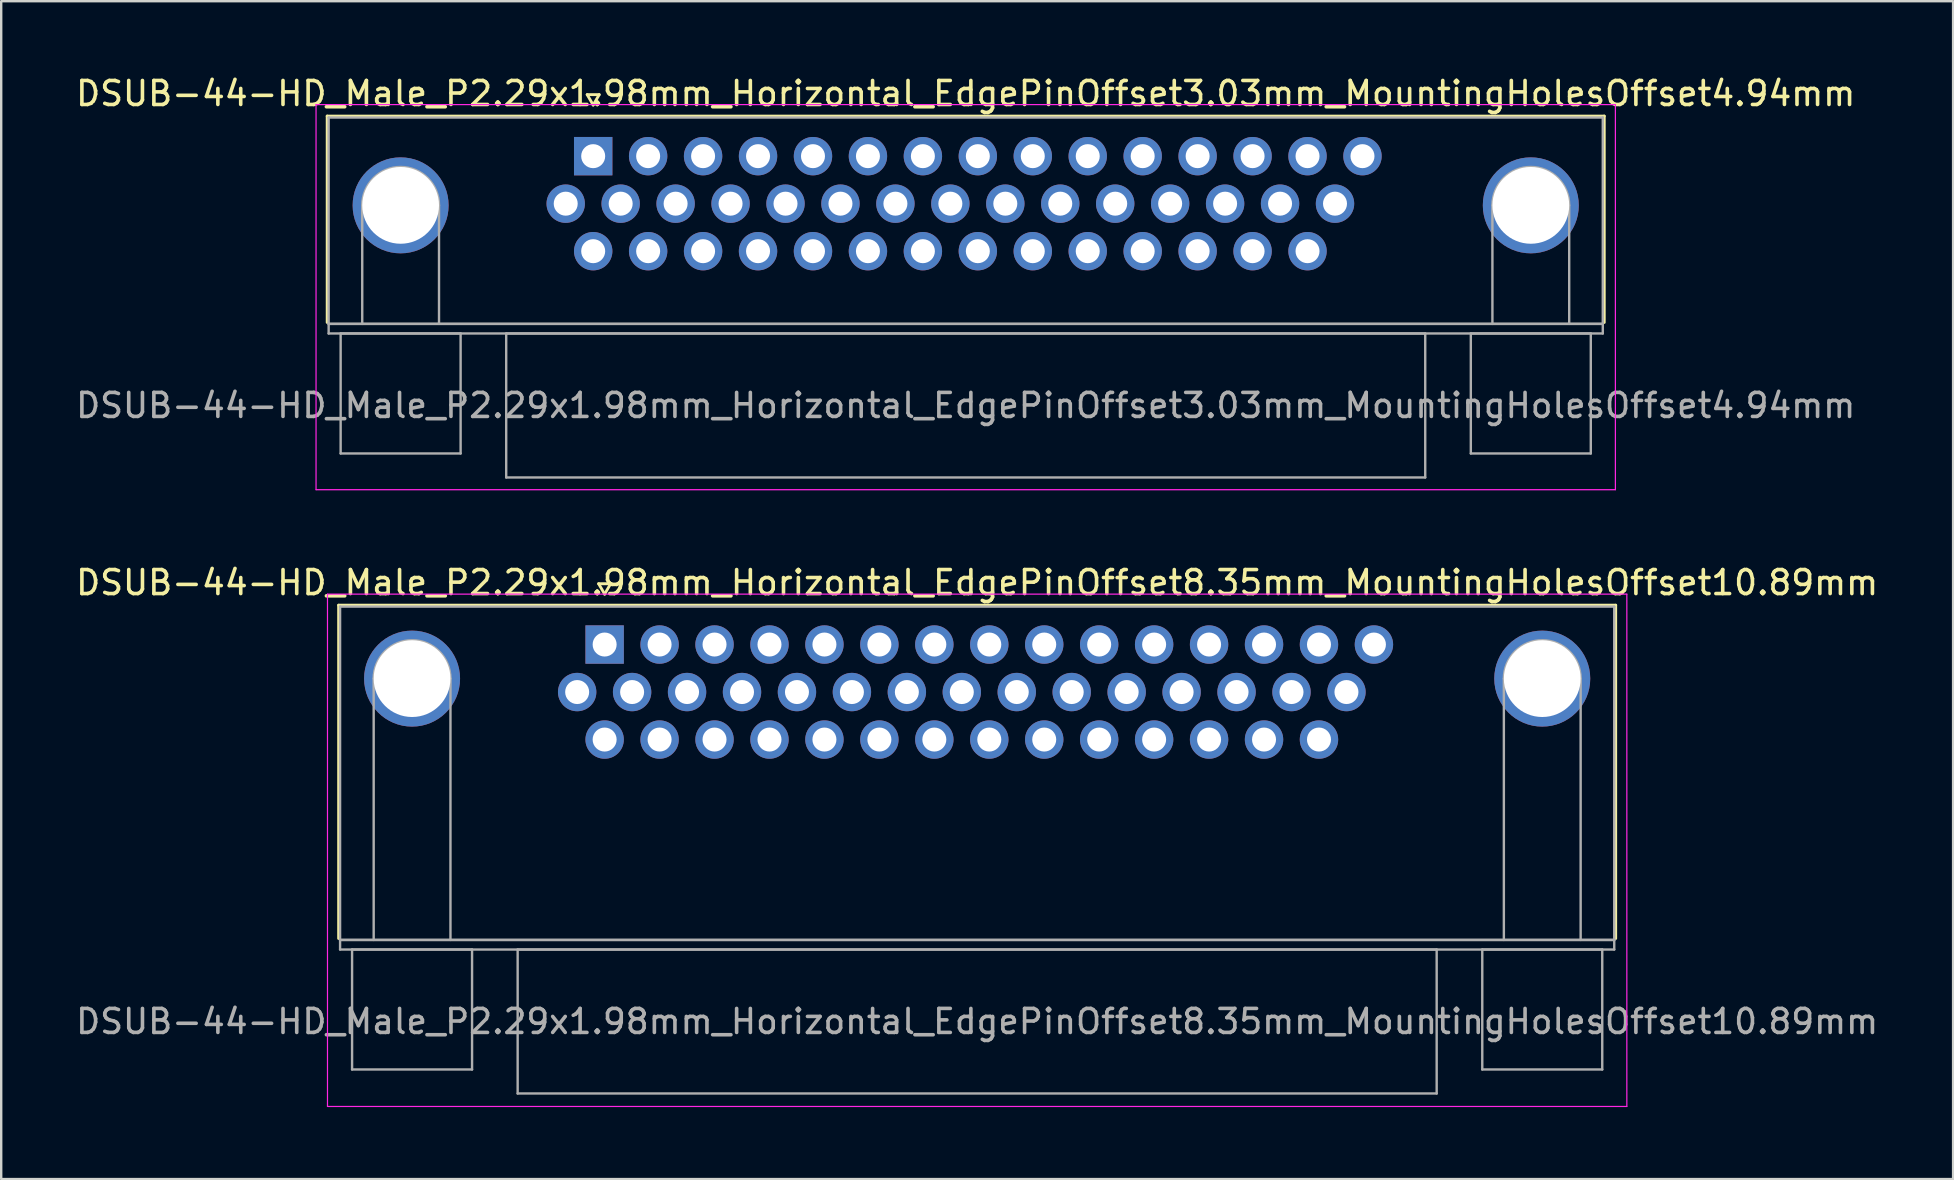
<source format=kicad_pcb>
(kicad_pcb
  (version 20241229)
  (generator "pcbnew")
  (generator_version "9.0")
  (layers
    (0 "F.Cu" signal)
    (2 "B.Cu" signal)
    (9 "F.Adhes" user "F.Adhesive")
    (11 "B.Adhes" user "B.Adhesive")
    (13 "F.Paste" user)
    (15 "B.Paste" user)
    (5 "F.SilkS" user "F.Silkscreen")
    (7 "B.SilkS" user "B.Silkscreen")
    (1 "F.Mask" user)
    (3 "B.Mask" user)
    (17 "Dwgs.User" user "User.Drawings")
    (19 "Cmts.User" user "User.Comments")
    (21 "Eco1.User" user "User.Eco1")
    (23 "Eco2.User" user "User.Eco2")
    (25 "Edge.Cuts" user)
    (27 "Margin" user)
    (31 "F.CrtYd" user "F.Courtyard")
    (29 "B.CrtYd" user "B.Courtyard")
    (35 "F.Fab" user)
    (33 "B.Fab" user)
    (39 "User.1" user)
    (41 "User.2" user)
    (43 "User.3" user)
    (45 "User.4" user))
  (footprint "DSUB-44-HD_Male_P2.29x1.98mm_Horizontal_EdgePinOffset3.03mm_MountingHolesOffset4.94mm"
    (layer "F.Cu")
    (at 21.671 3.458)
    (property "Reference" "DSUB-44-HD_Male_P2.29x1.98mm_Horizontal_EdgePinOffset3.03mm_MountingHolesOffset4.94mm" (at 15.525 -2.61 0) (layer "F.SilkS") (effects (font (size 1 1) (thickness 0.15))))
    (attr through_hole)
    (fp_line (start -11.085 -1.67) (end 42.135 -1.67) (stroke (width 0.12) (type solid)) (layer "F.SilkS"))
    (fp_line (start -11.085 6.93) (end -11.085 -1.67) (stroke (width 0.12) (type solid)) (layer "F.SilkS"))
    (fp_line (start -0.25 -2.564) (end 0.25 -2.564) (stroke (width 0.12) (type solid)) (layer "F.SilkS"))
    (fp_line (start 0 -2.131) (end -0.25 -2.564) (stroke (width 0.12) (type solid)) (layer "F.SilkS"))
    (fp_line (start 0.25 -2.564) (end 0 -2.131) (stroke (width 0.12) (type solid)) (layer "F.SilkS"))
    (fp_line (start 42.135 -1.67) (end 42.135 6.93) (stroke (width 0.12) (type solid)) (layer "F.SilkS"))
    (fp_line (start -11.55 -2.15) (end -11.55 13.9) (stroke (width 0.05) (type solid)) (layer "F.CrtYd"))
    (fp_line (start -11.55 13.9) (end 42.6 13.9) (stroke (width 0.05) (type solid)) (layer "F.CrtYd"))
    (fp_line (start 42.6 -2.15) (end -11.55 -2.15) (stroke (width 0.05) (type solid)) (layer "F.CrtYd"))
    (fp_line (start 42.6 13.9) (end 42.6 -2.15) (stroke (width 0.05) (type solid)) (layer "F.CrtYd"))
    (fp_line (start -11.025 -1.61) (end -11.025 6.99) (stroke (width 0.1) (type solid)) (layer "F.Fab"))
    (fp_line (start -11.025 6.99) (end -11.025 7.39) (stroke (width 0.1) (type solid)) (layer "F.Fab"))
    (fp_line (start -11.025 6.99) (end 42.075 6.99) (stroke (width 0.1) (type solid)) (layer "F.Fab"))
    (fp_line (start -11.025 7.39) (end 42.075 7.39) (stroke (width 0.1) (type solid)) (layer "F.Fab"))
    (fp_line (start -10.525 7.39) (end -10.525 12.39) (stroke (width 0.1) (type solid)) (layer "F.Fab"))
    (fp_line (start -10.525 12.39) (end -5.525 12.39) (stroke (width 0.1) (type solid)) (layer "F.Fab"))
    (fp_line (start -9.625 6.99) (end -9.625 2.05) (stroke (width 0.1) (type solid)) (layer "F.Fab"))
    (fp_line (start -6.425 6.99) (end -6.425 2.05) (stroke (width 0.1) (type solid)) (layer "F.Fab"))
    (fp_line (start -5.525 7.39) (end -10.525 7.39) (stroke (width 0.1) (type solid)) (layer "F.Fab"))
    (fp_line (start -5.525 12.39) (end -5.525 7.39) (stroke (width 0.1) (type solid)) (layer "F.Fab"))
    (fp_line (start -3.625 7.39) (end -3.625 13.39) (stroke (width 0.1) (type solid)) (layer "F.Fab"))
    (fp_line (start -3.625 13.39) (end 34.675 13.39) (stroke (width 0.1) (type solid)) (layer "F.Fab"))
    (fp_line (start 34.675 7.39) (end -3.625 7.39) (stroke (width 0.1) (type solid)) (layer "F.Fab"))
    (fp_line (start 34.675 13.39) (end 34.675 7.39) (stroke (width 0.1) (type solid)) (layer "F.Fab"))
    (fp_line (start 36.575 7.39) (end 36.575 12.39) (stroke (width 0.1) (type solid)) (layer "F.Fab"))
    (fp_line (start 36.575 12.39) (end 41.575 12.39) (stroke (width 0.1) (type solid)) (layer "F.Fab"))
    (fp_line (start 37.475 6.99) (end 37.475 2.05) (stroke (width 0.1) (type solid)) (layer "F.Fab"))
    (fp_line (start 40.675 6.99) (end 40.675 2.05) (stroke (width 0.1) (type solid)) (layer "F.Fab"))
    (fp_line (start 41.575 7.39) (end 36.575 7.39) (stroke (width 0.1) (type solid)) (layer "F.Fab"))
    (fp_line (start 41.575 12.39) (end 41.575 7.39) (stroke (width 0.1) (type solid)) (layer "F.Fab"))
    (fp_line (start 42.075 -1.61) (end -11.025 -1.61) (stroke (width 0.1) (type solid)) (layer "F.Fab"))
    (fp_line (start 42.075 6.99) (end -11.025 6.99) (stroke (width 0.1) (type solid)) (layer "F.Fab"))
    (fp_line (start 42.075 6.99) (end 42.075 -1.61) (stroke (width 0.1) (type solid)) (layer "F.Fab"))
    (fp_line (start 42.075 7.39) (end 42.075 6.99) (stroke (width 0.1) (type solid)) (layer "F.Fab"))
    (fp_arc (start -9.625 2.05) (mid -8.025 0.45) (end -6.425 2.05) (stroke (width 0.1) (type solid)) (layer "F.Fab"))
    (fp_arc (start 37.475 2.05) (mid 39.075 0.45) (end 40.675 2.05) (stroke (width 0.1) (type solid)) (layer "F.Fab"))
    (fp_text user "${REFERENCE}" (at 15.525 10.39 0) (layer "F.Fab") (effects (font (size 1 1) (thickness 0.15))))
    (pad "0" thru_hole circle (at -8.025 2.05) (size 4 4) (drill 3.2) (layers "*.Cu" "*.Mask"))
    (pad "0" thru_hole circle (at 39.075 2.05) (size 4 4) (drill 3.2) (layers "*.Cu" "*.Mask"))
    (pad "1" thru_hole rect (at 0 0) (size 1.6 1.6) (drill 1) (layers "*.Cu" "*.Mask"))
    (pad "2" thru_hole circle (at 2.29 0) (size 1.6 1.6) (drill 1) (layers "*.Cu" "*.Mask"))
    (pad "3" thru_hole circle (at 4.58 0) (size 1.6 1.6) (drill 1) (layers "*.Cu" "*.Mask"))
    (pad "4" thru_hole circle (at 6.87 0) (size 1.6 1.6) (drill 1) (layers "*.Cu" "*.Mask"))
    (pad "5" thru_hole circle (at 9.16 0) (size 1.6 1.6) (drill 1) (layers "*.Cu" "*.Mask"))
    (pad "6" thru_hole circle (at 11.45 0) (size 1.6 1.6) (drill 1) (layers "*.Cu" "*.Mask"))
    (pad "7" thru_hole circle (at 13.74 0) (size 1.6 1.6) (drill 1) (layers "*.Cu" "*.Mask"))
    (pad "8" thru_hole circle (at 16.03 0) (size 1.6 1.6) (drill 1) (layers "*.Cu" "*.Mask"))
    (pad "9" thru_hole circle (at 18.32 0) (size 1.6 1.6) (drill 1) (layers "*.Cu" "*.Mask"))
    (pad "10" thru_hole circle (at 20.61 0) (size 1.6 1.6) (drill 1) (layers "*.Cu" "*.Mask"))
    (pad "11" thru_hole circle (at 22.9 0) (size 1.6 1.6) (drill 1) (layers "*.Cu" "*.Mask"))
    (pad "12" thru_hole circle (at 25.19 0) (size 1.6 1.6) (drill 1) (layers "*.Cu" "*.Mask"))
    (pad "13" thru_hole circle (at 27.48 0) (size 1.6 1.6) (drill 1) (layers "*.Cu" "*.Mask"))
    (pad "14" thru_hole circle (at 29.77 0) (size 1.6 1.6) (drill 1) (layers "*.Cu" "*.Mask"))
    (pad "15" thru_hole circle (at 32.06 0) (size 1.6 1.6) (drill 1) (layers "*.Cu" "*.Mask"))
    (pad "16" thru_hole circle (at -1.145 1.98) (size 1.6 1.6) (drill 1) (layers "*.Cu" "*.Mask"))
    (pad "17" thru_hole circle (at 1.145 1.98) (size 1.6 1.6) (drill 1) (layers "*.Cu" "*.Mask"))
    (pad "18" thru_hole circle (at 3.435 1.98) (size 1.6 1.6) (drill 1) (layers "*.Cu" "*.Mask"))
    (pad "19" thru_hole circle (at 5.725 1.98) (size 1.6 1.6) (drill 1) (layers "*.Cu" "*.Mask"))
    (pad "20" thru_hole circle (at 8.015 1.98) (size 1.6 1.6) (drill 1) (layers "*.Cu" "*.Mask"))
    (pad "21" thru_hole circle (at 10.305 1.98) (size 1.6 1.6) (drill 1) (layers "*.Cu" "*.Mask"))
    (pad "22" thru_hole circle (at 12.595 1.98) (size 1.6 1.6) (drill 1) (layers "*.Cu" "*.Mask"))
    (pad "23" thru_hole circle (at 14.885 1.98) (size 1.6 1.6) (drill 1) (layers "*.Cu" "*.Mask"))
    (pad "24" thru_hole circle (at 17.175 1.98) (size 1.6 1.6) (drill 1) (layers "*.Cu" "*.Mask"))
    (pad "25" thru_hole circle (at 19.465 1.98) (size 1.6 1.6) (drill 1) (layers "*.Cu" "*.Mask"))
    (pad "26" thru_hole circle (at 21.755 1.98) (size 1.6 1.6) (drill 1) (layers "*.Cu" "*.Mask"))
    (pad "27" thru_hole circle (at 24.045 1.98) (size 1.6 1.6) (drill 1) (layers "*.Cu" "*.Mask"))
    (pad "28" thru_hole circle (at 26.335 1.98) (size 1.6 1.6) (drill 1) (layers "*.Cu" "*.Mask"))
    (pad "29" thru_hole circle (at 28.625 1.98) (size 1.6 1.6) (drill 1) (layers "*.Cu" "*.Mask"))
    (pad "30" thru_hole circle (at 30.915 1.98) (size 1.6 1.6) (drill 1) (layers "*.Cu" "*.Mask"))
    (pad "31" thru_hole circle (at 0 3.96) (size 1.6 1.6) (drill 1) (layers "*.Cu" "*.Mask"))
    (pad "32" thru_hole circle (at 2.29 3.96) (size 1.6 1.6) (drill 1) (layers "*.Cu" "*.Mask"))
    (pad "33" thru_hole circle (at 4.58 3.96) (size 1.6 1.6) (drill 1) (layers "*.Cu" "*.Mask"))
    (pad "34" thru_hole circle (at 6.87 3.96) (size 1.6 1.6) (drill 1) (layers "*.Cu" "*.Mask"))
    (pad "35" thru_hole circle (at 9.16 3.96) (size 1.6 1.6) (drill 1) (layers "*.Cu" "*.Mask"))
    (pad "36" thru_hole circle (at 11.45 3.96) (size 1.6 1.6) (drill 1) (layers "*.Cu" "*.Mask"))
    (pad "37" thru_hole circle (at 13.74 3.96) (size 1.6 1.6) (drill 1) (layers "*.Cu" "*.Mask"))
    (pad "38" thru_hole circle (at 16.03 3.96) (size 1.6 1.6) (drill 1) (layers "*.Cu" "*.Mask"))
    (pad "39" thru_hole circle (at 18.32 3.96) (size 1.6 1.6) (drill 1) (layers "*.Cu" "*.Mask"))
    (pad "40" thru_hole circle (at 20.61 3.96) (size 1.6 1.6) (drill 1) (layers "*.Cu" "*.Mask"))
    (pad "41" thru_hole circle (at 22.9 3.96) (size 1.6 1.6) (drill 1) (layers "*.Cu" "*.Mask"))
    (pad "42" thru_hole circle (at 25.19 3.96) (size 1.6 1.6) (drill 1) (layers "*.Cu" "*.Mask"))
    (pad "43" thru_hole circle (at 27.48 3.96) (size 1.6 1.6) (drill 1) (layers "*.Cu" "*.Mask"))
    (pad "44" thru_hole circle (at 29.77 3.96) (size 1.6 1.6) (drill 1) (layers "*.Cu" "*.Mask")))
  (footprint "DSUB-44-HD_Male_P2.29x1.98mm_Horizontal_EdgePinOffset8.35mm_MountingHolesOffset10.89mm"
    (layer "F.Cu")
    (at 22.148 23.811)
    (property "Reference" "DSUB-44-HD_Male_P2.29x1.98mm_Horizontal_EdgePinOffset8.35mm_MountingHolesOffset10.89mm" (at 15.525 -2.58 0) (layer "F.SilkS") (effects (font (size 1 1) (thickness 0.15))))
    (attr through_hole)
    (fp_line (start -11.085 -1.64) (end 42.135 -1.64) (stroke (width 0.12) (type solid)) (layer "F.SilkS"))
    (fp_line (start -11.085 12.25) (end -11.085 -1.64) (stroke (width 0.12) (type solid)) (layer "F.SilkS"))
    (fp_line (start -0.25 -2.534) (end 0.25 -2.534) (stroke (width 0.12) (type solid)) (layer "F.SilkS"))
    (fp_line (start 0 -2.101) (end -0.25 -2.534) (stroke (width 0.12) (type solid)) (layer "F.SilkS"))
    (fp_line (start 0.25 -2.534) (end 0 -2.101) (stroke (width 0.12) (type solid)) (layer "F.SilkS"))
    (fp_line (start 42.135 -1.64) (end 42.135 12.25) (stroke (width 0.12) (type solid)) (layer "F.SilkS"))
    (fp_line (start -11.55 -2.1) (end -11.55 19.25) (stroke (width 0.05) (type solid)) (layer "F.CrtYd"))
    (fp_line (start -11.55 19.25) (end 42.6 19.25) (stroke (width 0.05) (type solid)) (layer "F.CrtYd"))
    (fp_line (start 42.6 -2.1) (end -11.55 -2.1) (stroke (width 0.05) (type solid)) (layer "F.CrtYd"))
    (fp_line (start 42.6 19.25) (end 42.6 -2.1) (stroke (width 0.05) (type solid)) (layer "F.CrtYd"))
    (fp_line (start -11.025 -1.58) (end -11.025 12.31) (stroke (width 0.1) (type solid)) (layer "F.Fab"))
    (fp_line (start -11.025 12.31) (end -11.025 12.71) (stroke (width 0.1) (type solid)) (layer "F.Fab"))
    (fp_line (start -11.025 12.31) (end 42.075 12.31) (stroke (width 0.1) (type solid)) (layer "F.Fab"))
    (fp_line (start -11.025 12.71) (end 42.075 12.71) (stroke (width 0.1) (type solid)) (layer "F.Fab"))
    (fp_line (start -10.525 12.71) (end -10.525 17.71) (stroke (width 0.1) (type solid)) (layer "F.Fab"))
    (fp_line (start -10.525 17.71) (end -5.525 17.71) (stroke (width 0.1) (type solid)) (layer "F.Fab"))
    (fp_line (start -9.625 12.31) (end -9.625 1.42) (stroke (width 0.1) (type solid)) (layer "F.Fab"))
    (fp_line (start -6.425 12.31) (end -6.425 1.42) (stroke (width 0.1) (type solid)) (layer "F.Fab"))
    (fp_line (start -5.525 12.71) (end -10.525 12.71) (stroke (width 0.1) (type solid)) (layer "F.Fab"))
    (fp_line (start -5.525 17.71) (end -5.525 12.71) (stroke (width 0.1) (type solid)) (layer "F.Fab"))
    (fp_line (start -3.625 12.71) (end -3.625 18.71) (stroke (width 0.1) (type solid)) (layer "F.Fab"))
    (fp_line (start -3.625 18.71) (end 34.675 18.71) (stroke (width 0.1) (type solid)) (layer "F.Fab"))
    (fp_line (start 34.675 12.71) (end -3.625 12.71) (stroke (width 0.1) (type solid)) (layer "F.Fab"))
    (fp_line (start 34.675 18.71) (end 34.675 12.71) (stroke (width 0.1) (type solid)) (layer "F.Fab"))
    (fp_line (start 36.575 12.71) (end 36.575 17.71) (stroke (width 0.1) (type solid)) (layer "F.Fab"))
    (fp_line (start 36.575 17.71) (end 41.575 17.71) (stroke (width 0.1) (type solid)) (layer "F.Fab"))
    (fp_line (start 37.475 12.31) (end 37.475 1.42) (stroke (width 0.1) (type solid)) (layer "F.Fab"))
    (fp_line (start 40.675 12.31) (end 40.675 1.42) (stroke (width 0.1) (type solid)) (layer "F.Fab"))
    (fp_line (start 41.575 12.71) (end 36.575 12.71) (stroke (width 0.1) (type solid)) (layer "F.Fab"))
    (fp_line (start 41.575 17.71) (end 41.575 12.71) (stroke (width 0.1) (type solid)) (layer "F.Fab"))
    (fp_line (start 42.075 -1.58) (end -11.025 -1.58) (stroke (width 0.1) (type solid)) (layer "F.Fab"))
    (fp_line (start 42.075 12.31) (end -11.025 12.31) (stroke (width 0.1) (type solid)) (layer "F.Fab"))
    (fp_line (start 42.075 12.31) (end 42.075 -1.58) (stroke (width 0.1) (type solid)) (layer "F.Fab"))
    (fp_line (start 42.075 12.71) (end 42.075 12.31) (stroke (width 0.1) (type solid)) (layer "F.Fab"))
    (fp_arc (start -9.625 1.42) (mid -8.025 -0.18) (end -6.425 1.42) (stroke (width 0.1) (type solid)) (layer "F.Fab"))
    (fp_arc (start 37.475 1.42) (mid 39.075 -0.18) (end 40.675 1.42) (stroke (width 0.1) (type solid)) (layer "F.Fab"))
    (fp_text user "${REFERENCE}" (at 15.525 15.71 0) (layer "F.Fab") (effects (font (size 1 1) (thickness 0.15))))
    (pad "0" thru_hole circle (at -8.025 1.42) (size 4 4) (drill 3.2) (layers "*.Cu" "*.Mask"))
    (pad "0" thru_hole circle (at 39.075 1.42) (size 4 4) (drill 3.2) (layers "*.Cu" "*.Mask"))
    (pad "1" thru_hole rect (at 0 0) (size 1.6 1.6) (drill 1) (layers "*.Cu" "*.Mask"))
    (pad "2" thru_hole circle (at 2.29 0) (size 1.6 1.6) (drill 1) (layers "*.Cu" "*.Mask"))
    (pad "3" thru_hole circle (at 4.58 0) (size 1.6 1.6) (drill 1) (layers "*.Cu" "*.Mask"))
    (pad "4" thru_hole circle (at 6.87 0) (size 1.6 1.6) (drill 1) (layers "*.Cu" "*.Mask"))
    (pad "5" thru_hole circle (at 9.16 0) (size 1.6 1.6) (drill 1) (layers "*.Cu" "*.Mask"))
    (pad "6" thru_hole circle (at 11.45 0) (size 1.6 1.6) (drill 1) (layers "*.Cu" "*.Mask"))
    (pad "7" thru_hole circle (at 13.74 0) (size 1.6 1.6) (drill 1) (layers "*.Cu" "*.Mask"))
    (pad "8" thru_hole circle (at 16.03 0) (size 1.6 1.6) (drill 1) (layers "*.Cu" "*.Mask"))
    (pad "9" thru_hole circle (at 18.32 0) (size 1.6 1.6) (drill 1) (layers "*.Cu" "*.Mask"))
    (pad "10" thru_hole circle (at 20.61 0) (size 1.6 1.6) (drill 1) (layers "*.Cu" "*.Mask"))
    (pad "11" thru_hole circle (at 22.9 0) (size 1.6 1.6) (drill 1) (layers "*.Cu" "*.Mask"))
    (pad "12" thru_hole circle (at 25.19 0) (size 1.6 1.6) (drill 1) (layers "*.Cu" "*.Mask"))
    (pad "13" thru_hole circle (at 27.48 0) (size 1.6 1.6) (drill 1) (layers "*.Cu" "*.Mask"))
    (pad "14" thru_hole circle (at 29.77 0) (size 1.6 1.6) (drill 1) (layers "*.Cu" "*.Mask"))
    (pad "15" thru_hole circle (at 32.06 0) (size 1.6 1.6) (drill 1) (layers "*.Cu" "*.Mask"))
    (pad "16" thru_hole circle (at -1.145 1.98) (size 1.6 1.6) (drill 1) (layers "*.Cu" "*.Mask"))
    (pad "17" thru_hole circle (at 1.145 1.98) (size 1.6 1.6) (drill 1) (layers "*.Cu" "*.Mask"))
    (pad "18" thru_hole circle (at 3.435 1.98) (size 1.6 1.6) (drill 1) (layers "*.Cu" "*.Mask"))
    (pad "19" thru_hole circle (at 5.725 1.98) (size 1.6 1.6) (drill 1) (layers "*.Cu" "*.Mask"))
    (pad "20" thru_hole circle (at 8.015 1.98) (size 1.6 1.6) (drill 1) (layers "*.Cu" "*.Mask"))
    (pad "21" thru_hole circle (at 10.305 1.98) (size 1.6 1.6) (drill 1) (layers "*.Cu" "*.Mask"))
    (pad "22" thru_hole circle (at 12.595 1.98) (size 1.6 1.6) (drill 1) (layers "*.Cu" "*.Mask"))
    (pad "23" thru_hole circle (at 14.885 1.98) (size 1.6 1.6) (drill 1) (layers "*.Cu" "*.Mask"))
    (pad "24" thru_hole circle (at 17.175 1.98) (size 1.6 1.6) (drill 1) (layers "*.Cu" "*.Mask"))
    (pad "25" thru_hole circle (at 19.465 1.98) (size 1.6 1.6) (drill 1) (layers "*.Cu" "*.Mask"))
    (pad "26" thru_hole circle (at 21.755 1.98) (size 1.6 1.6) (drill 1) (layers "*.Cu" "*.Mask"))
    (pad "27" thru_hole circle (at 24.045 1.98) (size 1.6 1.6) (drill 1) (layers "*.Cu" "*.Mask"))
    (pad "28" thru_hole circle (at 26.335 1.98) (size 1.6 1.6) (drill 1) (layers "*.Cu" "*.Mask"))
    (pad "29" thru_hole circle (at 28.625 1.98) (size 1.6 1.6) (drill 1) (layers "*.Cu" "*.Mask"))
    (pad "30" thru_hole circle (at 30.915 1.98) (size 1.6 1.6) (drill 1) (layers "*.Cu" "*.Mask"))
    (pad "31" thru_hole circle (at 0 3.96) (size 1.6 1.6) (drill 1) (layers "*.Cu" "*.Mask"))
    (pad "32" thru_hole circle (at 2.29 3.96) (size 1.6 1.6) (drill 1) (layers "*.Cu" "*.Mask"))
    (pad "33" thru_hole circle (at 4.58 3.96) (size 1.6 1.6) (drill 1) (layers "*.Cu" "*.Mask"))
    (pad "34" thru_hole circle (at 6.87 3.96) (size 1.6 1.6) (drill 1) (layers "*.Cu" "*.Mask"))
    (pad "35" thru_hole circle (at 9.16 3.96) (size 1.6 1.6) (drill 1) (layers "*.Cu" "*.Mask"))
    (pad "36" thru_hole circle (at 11.45 3.96) (size 1.6 1.6) (drill 1) (layers "*.Cu" "*.Mask"))
    (pad "37" thru_hole circle (at 13.74 3.96) (size 1.6 1.6) (drill 1) (layers "*.Cu" "*.Mask"))
    (pad "38" thru_hole circle (at 16.03 3.96) (size 1.6 1.6) (drill 1) (layers "*.Cu" "*.Mask"))
    (pad "39" thru_hole circle (at 18.32 3.96) (size 1.6 1.6) (drill 1) (layers "*.Cu" "*.Mask"))
    (pad "40" thru_hole circle (at 20.61 3.96) (size 1.6 1.6) (drill 1) (layers "*.Cu" "*.Mask"))
    (pad "41" thru_hole circle (at 22.9 3.96) (size 1.6 1.6) (drill 1) (layers "*.Cu" "*.Mask"))
    (pad "42" thru_hole circle (at 25.19 3.96) (size 1.6 1.6) (drill 1) (layers "*.Cu" "*.Mask"))
    (pad "43" thru_hole circle (at 27.48 3.96) (size 1.6 1.6) (drill 1) (layers "*.Cu" "*.Mask"))
    (pad "44" thru_hole circle (at 29.77 3.96) (size 1.6 1.6) (drill 1) (layers "*.Cu" "*.Mask")))
  (gr_rect
    (start -3 -3)
    (end 78.345 46.087)
    (stroke (width 0.1) (type default))
    (fill no)
    (layer "Edge.Cuts")))
</source>
